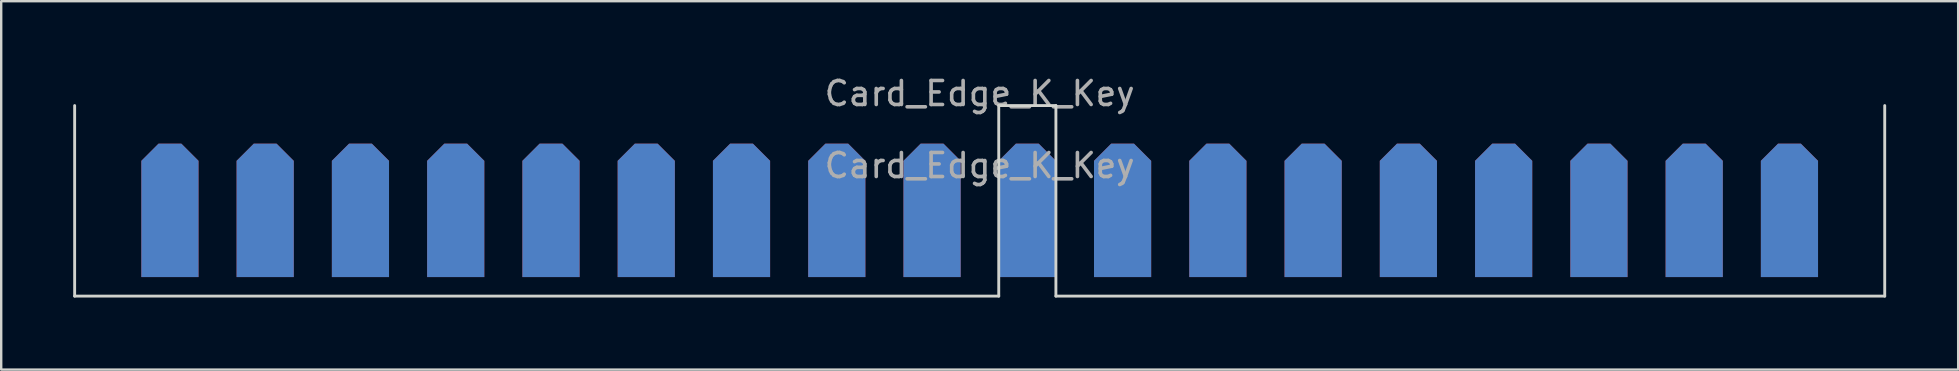
<source format=kicad_pcb>
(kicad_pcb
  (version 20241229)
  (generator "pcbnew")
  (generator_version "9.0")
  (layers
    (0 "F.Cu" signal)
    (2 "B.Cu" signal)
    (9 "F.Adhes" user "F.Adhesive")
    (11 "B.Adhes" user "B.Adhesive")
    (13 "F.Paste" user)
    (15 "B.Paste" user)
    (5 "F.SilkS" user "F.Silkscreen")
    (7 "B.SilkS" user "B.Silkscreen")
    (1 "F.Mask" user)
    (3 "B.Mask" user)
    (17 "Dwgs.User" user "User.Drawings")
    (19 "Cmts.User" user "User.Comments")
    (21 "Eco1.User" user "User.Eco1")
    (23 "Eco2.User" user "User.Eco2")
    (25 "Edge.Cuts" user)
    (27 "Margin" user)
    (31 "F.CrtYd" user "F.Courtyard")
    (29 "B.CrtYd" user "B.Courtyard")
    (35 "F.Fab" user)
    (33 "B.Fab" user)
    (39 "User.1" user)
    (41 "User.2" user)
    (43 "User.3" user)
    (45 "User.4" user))
  (footprint "Card_Edge_K_Key"
    (layer "F.Cu")
    (at 37.763 1.348)
    (property "Reference" "Card_Edge_K_Key" (at 0 -0.5 0) (unlocked yes) (layer "F.Fab") (effects (font (size 1 1) (thickness 0.15))))
    (fp_line (start -37.703 7.938) (end -37.703 0) (stroke (width 0.12) (type solid)) (layer "Edge.Cuts"))
    (fp_line (start 0.794 0) (end 0.794 7.938) (stroke (width 0.12) (type solid)) (layer "Edge.Cuts"))
    (fp_line (start 0.794 7.938) (end -37.703 7.938) (stroke (width 0.12) (type solid)) (layer "Edge.Cuts"))
    (fp_line (start 3.175 0) (end 0.794 0) (stroke (width 0.12) (type solid)) (layer "Edge.Cuts"))
    (fp_line (start 3.175 7.938) (end 3.175 0) (stroke (width 0.12) (type solid)) (layer "Edge.Cuts"))
    (fp_line (start 37.703 0) (end 37.703 7.938) (stroke (width 0.12) (type solid)) (layer "Edge.Cuts"))
    (fp_line (start 37.703 7.938) (end 3.175 7.938) (stroke (width 0.12) (type solid)) (layer "Edge.Cuts"))
    (fp_text user "${REFERENCE}" (at 0 2.5 0) (unlocked yes) (layer "F.Fab") (effects (font (size 1 1) (thickness 0.15))))
    (pad "a1" connect roundrect (at 33.734 4.366) (size 2.381 5.556) (layers "B.Cu" "B.Mask") (roundrect_rratio 0) (chamfer_ratio 0.3) (chamfer top_left top_right))
    (pad "a2" connect roundrect (at 29.766 4.366) (size 2.381 5.556) (layers "B.Cu" "B.Mask") (roundrect_rratio 0) (chamfer_ratio 0.3) (chamfer top_left top_right))
    (pad "a3" connect roundrect (at 25.797 4.366) (size 2.381 5.556) (layers "B.Cu" "B.Mask") (roundrect_rratio 0) (chamfer_ratio 0.3) (chamfer top_left top_right))
    (pad "a4" connect roundrect (at 21.828 4.366) (size 2.381 5.556) (layers "B.Cu" "B.Mask") (roundrect_rratio 0) (chamfer_ratio 0.3) (chamfer top_left top_right))
    (pad "a5" connect roundrect (at 17.859 4.366) (size 2.381 5.556) (layers "B.Cu" "B.Mask") (roundrect_rratio 0) (chamfer_ratio 0.3) (chamfer top_left top_right))
    (pad "a6" connect roundrect (at 13.891 4.366) (size 2.381 5.556) (layers "B.Cu" "B.Mask") (roundrect_rratio 0) (chamfer_ratio 0.3) (chamfer top_left top_right))
    (pad "a7" connect roundrect (at 9.922 4.366) (size 2.381 5.556) (layers "B.Cu" "B.Mask") (roundrect_rratio 0) (chamfer_ratio 0.3) (chamfer top_left top_right))
    (pad "a8" connect roundrect (at 5.953 4.366) (size 2.381 5.556) (layers "B.Cu" "B.Mask") (roundrect_rratio 0) (chamfer_ratio 0.3) (chamfer top_left top_right))
    (pad "a9" connect roundrect (at 1.984 4.366) (size 2.381 5.556) (layers "B.Cu" "B.Mask") (roundrect_rratio 0) (chamfer_ratio 0.3) (chamfer top_left top_right))
    (pad "a10" connect roundrect (at -1.984 4.366) (size 2.381 5.556) (layers "B.Cu" "B.Mask") (roundrect_rratio 0) (chamfer_ratio 0.3) (chamfer top_left top_right))
    (pad "a11" connect roundrect (at -5.953 4.366) (size 2.381 5.556) (layers "B.Cu" "B.Mask") (roundrect_rratio 0) (chamfer_ratio 0.3) (chamfer top_left top_right))
    (pad "a12" connect roundrect (at -9.922 4.366) (size 2.381 5.556) (layers "B.Cu" "B.Mask") (roundrect_rratio 0) (chamfer_ratio 0.3) (chamfer top_left top_right))
    (pad "a13" connect roundrect (at -13.891 4.366) (size 2.381 5.556) (layers "B.Cu" "B.Mask") (roundrect_rratio 0) (chamfer_ratio 0.3) (chamfer top_left top_right))
    (pad "a14" connect roundrect (at -17.859 4.366) (size 2.381 5.556) (layers "B.Cu" "B.Mask") (roundrect_rratio 0) (chamfer_ratio 0.3) (chamfer top_left top_right))
    (pad "a15" connect roundrect (at -21.828 4.366) (size 2.381 5.556) (layers "B.Cu" "B.Mask") (roundrect_rratio 0) (chamfer_ratio 0.3) (chamfer top_left top_right))
    (pad "a16" connect roundrect (at -25.797 4.366) (size 2.381 5.556) (layers "B.Cu" "B.Mask") (roundrect_rratio 0) (chamfer_ratio 0.3) (chamfer top_left top_right))
    (pad "a17" connect roundrect (at -29.766 4.366) (size 2.381 5.556) (layers "B.Cu" "B.Mask") (roundrect_rratio 0) (chamfer_ratio 0.3) (chamfer top_left top_right))
    (pad "a18" connect roundrect (at -33.734 4.366) (size 2.381 5.556) (layers "B.Cu" "B.Mask") (roundrect_rratio 0) (chamfer_ratio 0.3) (chamfer top_left top_right))
    (pad "b1" connect roundrect (at 33.734 4.366) (size 2.381 5.556) (layers "F.Cu" "F.Mask") (roundrect_rratio 0) (chamfer_ratio 0.3) (chamfer top_left top_right))
    (pad "b2" connect roundrect (at 29.766 4.366) (size 2.381 5.556) (layers "F.Cu" "F.Mask") (roundrect_rratio 0) (chamfer_ratio 0.3) (chamfer top_left top_right))
    (pad "b3" connect roundrect (at 25.797 4.366) (size 2.381 5.556) (layers "F.Cu" "F.Mask") (roundrect_rratio 0) (chamfer_ratio 0.3) (chamfer top_left top_right))
    (pad "b4" connect roundrect (at 21.828 4.366) (size 2.381 5.556) (layers "F.Cu" "F.Mask") (roundrect_rratio 0) (chamfer_ratio 0.3) (chamfer top_left top_right))
    (pad "b5" connect roundrect (at 17.859 4.366) (size 2.381 5.556) (layers "F.Cu" "F.Mask") (roundrect_rratio 0) (chamfer_ratio 0.3) (chamfer top_left top_right))
    (pad "b6" connect roundrect (at 13.891 4.366) (size 2.381 5.556) (layers "F.Cu" "F.Mask") (roundrect_rratio 0) (chamfer_ratio 0.3) (chamfer top_left top_right))
    (pad "b7" connect roundrect (at 9.922 4.366) (size 2.381 5.556) (layers "F.Cu" "F.Mask") (roundrect_rratio 0) (chamfer_ratio 0.3) (chamfer top_left top_right))
    (pad "b8" connect roundrect (at 5.953 4.366) (size 2.381 5.556) (layers "F.Cu" "F.Mask") (roundrect_rratio 0) (chamfer_ratio 0.3) (chamfer top_left top_right))
    (pad "b9" connect roundrect (at 1.984 4.366) (size 2.381 5.556) (layers "F.Cu" "F.Mask") (roundrect_rratio 0) (chamfer_ratio 0.3) (chamfer top_left top_right))
    (pad "b10" connect roundrect (at -1.984 4.366) (size 2.381 5.556) (layers "F.Cu" "F.Mask") (roundrect_rratio 0) (chamfer_ratio 0.3) (chamfer top_left top_right))
    (pad "b11" connect roundrect (at -5.953 4.366) (size 2.381 5.556) (layers "F.Cu" "F.Mask") (roundrect_rratio 0) (chamfer_ratio 0.3) (chamfer top_left top_right))
    (pad "b12" connect roundrect (at -9.922 4.366) (size 2.381 5.556) (layers "F.Cu" "F.Mask") (roundrect_rratio 0) (chamfer_ratio 0.3) (chamfer top_left top_right))
    (pad "b13" connect roundrect (at -13.891 4.366) (size 2.381 5.556) (layers "F.Cu" "F.Mask") (roundrect_rratio 0) (chamfer_ratio 0.3) (chamfer top_left top_right))
    (pad "b14" connect roundrect (at -17.859 4.366) (size 2.381 5.556) (layers "F.Cu" "F.Mask") (roundrect_rratio 0) (chamfer_ratio 0.3) (chamfer top_left top_right))
    (pad "b15" connect roundrect (at -21.828 4.366) (size 2.381 5.556) (layers "F.Cu" "F.Mask") (roundrect_rratio 0) (chamfer_ratio 0.3) (chamfer top_left top_right))
    (pad "b16" connect roundrect (at -25.797 4.366) (size 2.381 5.556) (layers "F.Cu" "F.Mask") (roundrect_rratio 0) (chamfer_ratio 0.3) (chamfer top_left top_right))
    (pad "b17" connect roundrect (at -29.766 4.366) (size 2.381 5.556) (layers "F.Cu" "F.Mask") (roundrect_rratio 0) (chamfer_ratio 0.3) (chamfer top_left top_right))
    (pad "b18" connect roundrect (at -33.734 4.366) (size 2.381 5.556) (layers "F.Cu" "F.Mask") (roundrect_rratio 0) (chamfer_ratio 0.3) (chamfer top_left top_right)))
  (gr_rect
    (start -3 -3)
    (end 78.526 12.346)
    (stroke (width 0.1) (type default))
    (fill no)
    (layer "Edge.Cuts")))
</source>
